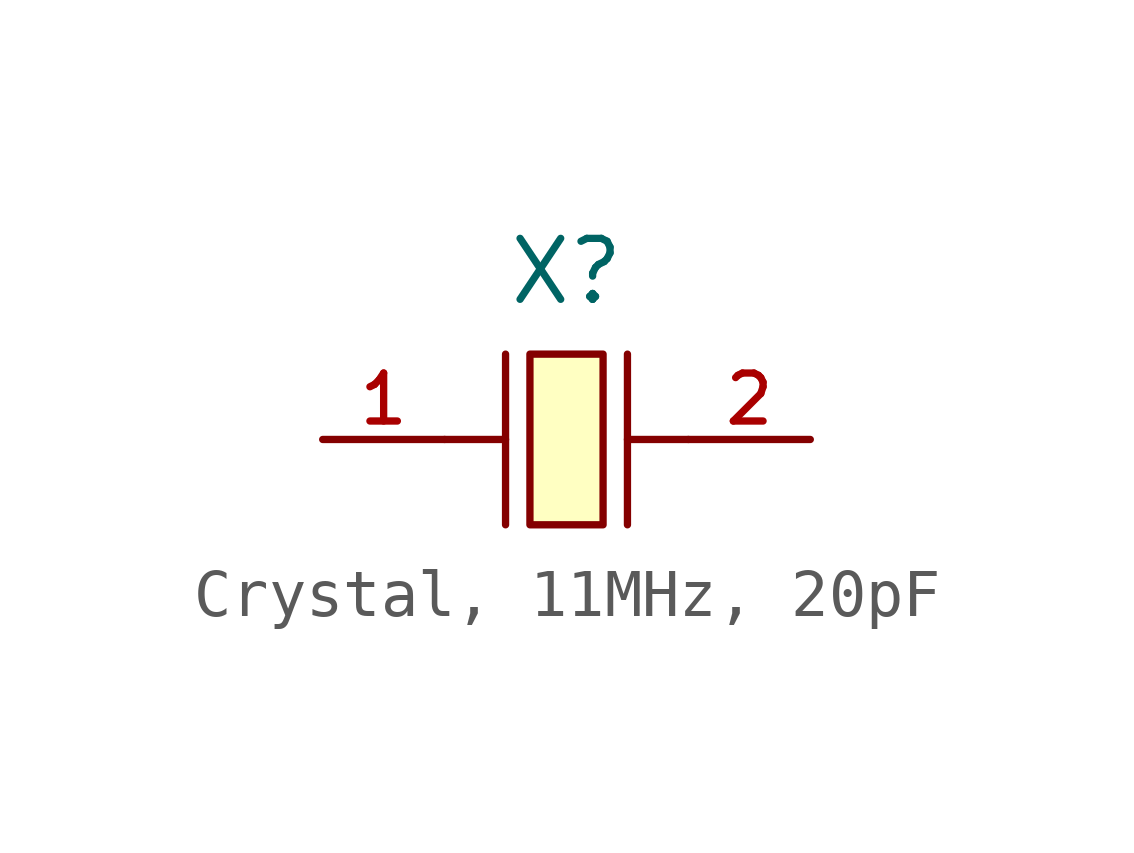
<source format=kicad_sym>
(kicad_symbol_lib
  (version 20231120)
  (generator "CDFER_Archive_Tool")
  (generator_version "0.0")
  (symbol "Crystal, 11MHz, 20pF"
    (property "Reference" "X"
      (at 0 3.5 0)
      (effects (font (size 1.27 1.27))))
    (symbol "Crystal, 11MHz, 20pF_0_1"
      (polyline (pts (xy -2.54 0) (xy -1.27 0)) (stroke (width 0) (type default)) (fill (type none)))
      (polyline (pts (xy -1.27 -1.778) (xy -1.27 1.778)) (stroke (width 0) (type default)) (fill (type none)))
      (polyline (pts (xy 1.27 -1.778) (xy 1.27 1.778)) (stroke (width 0) (type default)) (fill (type none)))
      (polyline (pts (xy 2.54 0) (xy 1.27 0)) (stroke (width 0) (type default)) (fill (type none)))
      (pin input line (at -5.08 0 0) (length 2.54) (name "" (effects (font (size 1 1)))) (number "1" (effects (font (size 1 1)))))
      (pin input line (at 5.08 0 180) (length 2.54) (name "" (effects (font (size 1 1)))) (number "2" (effects (font (size 1 1))))))
    (symbol "Crystal, 11MHz, 20pF_1_1"
      (polyline (pts (xy 0.762 1.778) (xy 0.762 -1.778) (xy -0.762 -1.778) (xy -0.762 1.778) (xy 0.762 1.778)) (stroke (width 0) (type default)) (fill (type background))))))
</source>
